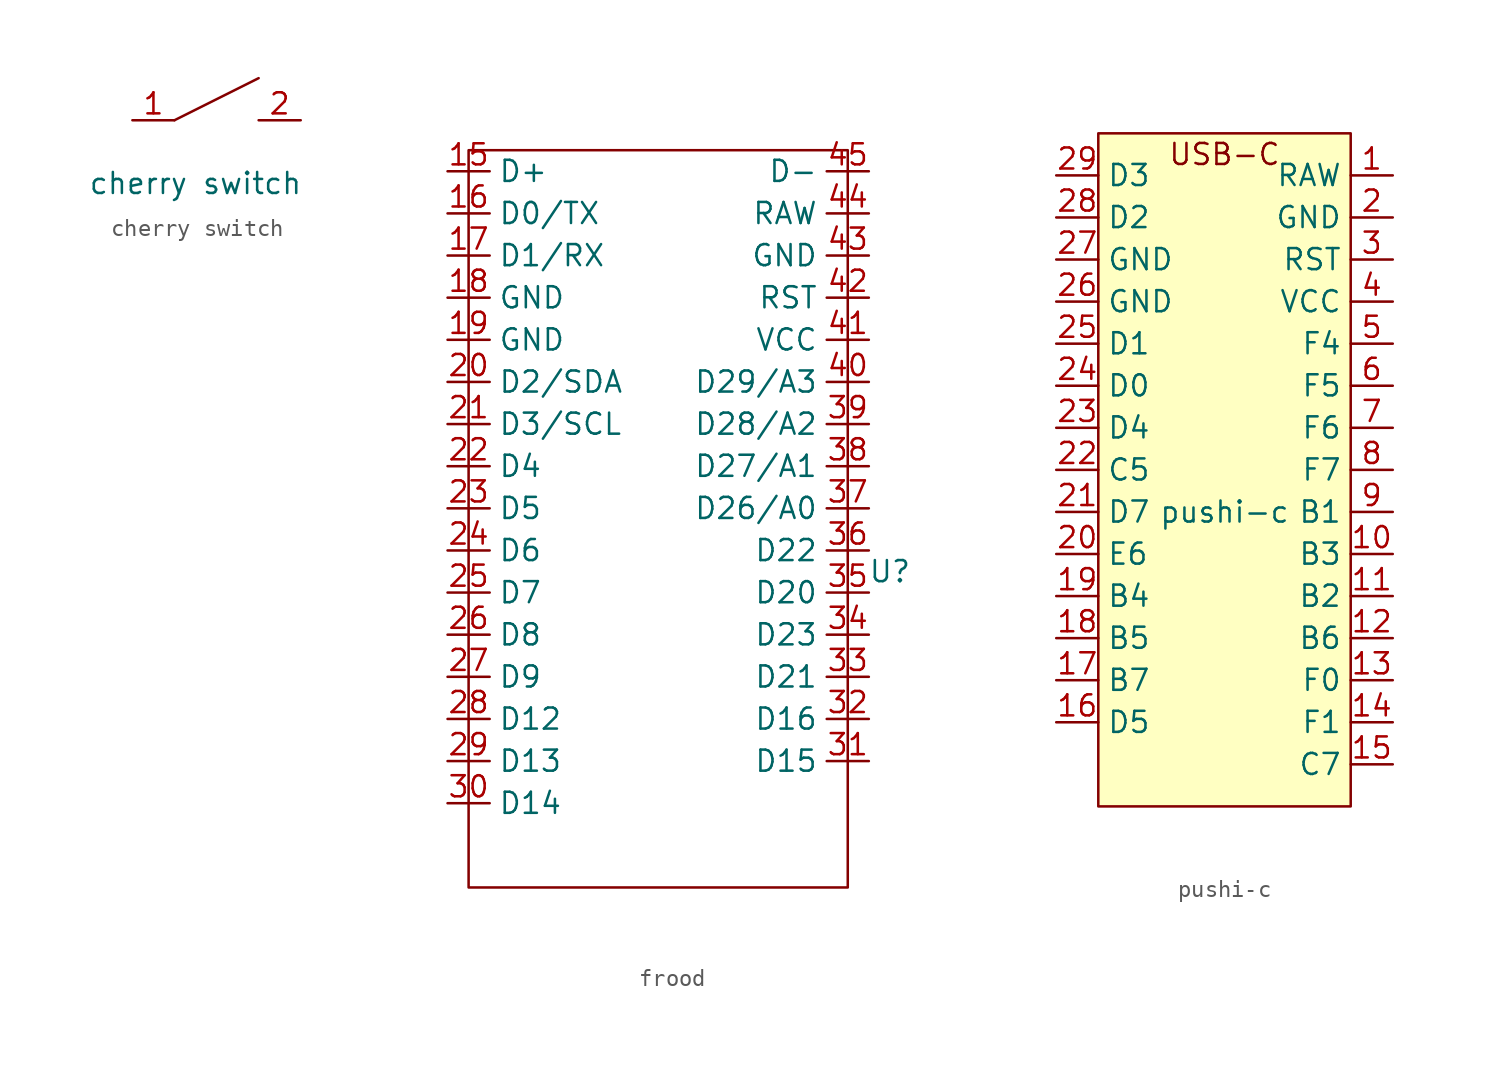
<source format=kicad_sym>
(kicad_symbol_lib
  (version 20220914)
  (generator kicad_symbol_editor)
  (symbol "cherry switch"
    (property "Reference" "switch"
      (at 0 0 0)
      (effects (font (size 1.27 1.27)) hide))
    (property "Value" "cherry switch"
      (at 0 0 0)
      (effects (font (size 1.27 1.27))))
    (symbol "cherry switch_0_1"
      (polyline (pts (xy -1.27 3.81) (xy 3.81 6.35)) (stroke (width 0) (type default)) (fill (type none))))
    (symbol "cherry switch_1_1"
      (pin input line (at -3.81 3.81 0) (length 2.54) (name "" (effects (font (size 1.27 1.27)))) (number "1" (effects (font (size 1.27 1.27)))))
      (pin output line (at 6.35 3.81 180) (length 2.54) (name "" (effects (font (size 1.27 1.27)))) (number "2" (effects (font (size 1.27 1.27)))))))
  (symbol "frood"
    (property "Reference" "U"
      (at 7.62 0 0)
      (effects (font (size 1.27 1.27))))
    (property "Value" ""
      (at 7.62 0 0)
      (effects (font (size 1.27 1.27))))
    (symbol "frood_0_1"
      (rectangle (start -17.78 25.4) (end 5.08 -19.05) (stroke (width 0) (type default)) (fill (type none))))
    (symbol "frood_1_1"
      (pin bidirectional line (at -19.05 24.13 0) (length 2.54) (name "D+" (effects (font (size 1.27 1.27)))) (number "15" (effects (font (size 1.27 1.27)))))
      (pin bidirectional line (at -19.05 21.59 0) (length 2.54) (name "D0/TX" (effects (font (size 1.27 1.27)))) (number "16" (effects (font (size 1.27 1.27)))))
      (pin bidirectional line (at -19.05 19.05 0) (length 2.54) (name "D1/RX" (effects (font (size 1.27 1.27)))) (number "17" (effects (font (size 1.27 1.27)))))
      (pin bidirectional line (at -19.05 16.51 0) (length 2.54) (name "GND" (effects (font (size 1.27 1.27)))) (number "18" (effects (font (size 1.27 1.27)))))
      (pin bidirectional line (at -19.05 13.97 0) (length 2.54) (name "GND" (effects (font (size 1.27 1.27)))) (number "19" (effects (font (size 1.27 1.27)))))
      (pin bidirectional line (at -19.05 11.43 0) (length 2.54) (name "D2/SDA" (effects (font (size 1.27 1.27)))) (number "20" (effects (font (size 1.27 1.27)))))
      (pin bidirectional line (at -19.05 8.89 0) (length 2.54) (name "D3/SCL" (effects (font (size 1.27 1.27)))) (number "21" (effects (font (size 1.27 1.27)))))
      (pin bidirectional line (at -19.05 6.35 0) (length 2.54) (name "D4" (effects (font (size 1.27 1.27)))) (number "22" (effects (font (size 1.27 1.27)))))
      (pin bidirectional line (at -19.05 3.81 0) (length 2.54) (name "D5" (effects (font (size 1.27 1.27)))) (number "23" (effects (font (size 1.27 1.27)))))
      (pin bidirectional line (at -19.05 1.27 0) (length 2.54) (name "D6" (effects (font (size 1.27 1.27)))) (number "24" (effects (font (size 1.27 1.27)))))
      (pin bidirectional line (at -19.05 -1.27 0) (length 2.54) (name "D7" (effects (font (size 1.27 1.27)))) (number "25" (effects (font (size 1.27 1.27)))))
      (pin bidirectional line (at -19.05 -3.81 0) (length 2.54) (name "D8" (effects (font (size 1.27 1.27)))) (number "26" (effects (font (size 1.27 1.27)))))
      (pin bidirectional line (at -19.05 -6.35 0) (length 2.54) (name "D9" (effects (font (size 1.27 1.27)))) (number "27" (effects (font (size 1.27 1.27)))))
      (pin bidirectional line (at -19.05 -8.89 0) (length 2.54) (name "D12" (effects (font (size 1.27 1.27)))) (number "28" (effects (font (size 1.27 1.27)))))
      (pin bidirectional line (at -19.05 -11.43 0) (length 2.54) (name "D13" (effects (font (size 1.27 1.27)))) (number "29" (effects (font (size 1.27 1.27)))))
      (pin bidirectional line (at -19.05 -13.97 0) (length 2.54) (name "D14" (effects (font (size 1.27 1.27)))) (number "30" (effects (font (size 1.27 1.27)))))
      (pin bidirectional line (at 6.35 -11.43 180) (length 2.54) (name "D15" (effects (font (size 1.27 1.27)))) (number "31" (effects (font (size 1.27 1.27)))))
      (pin bidirectional line (at 6.35 -8.89 180) (length 2.54) (name "D16" (effects (font (size 1.27 1.27)))) (number "32" (effects (font (size 1.27 1.27)))))
      (pin bidirectional line (at 6.35 -6.35 180) (length 2.54) (name "D21" (effects (font (size 1.27 1.27)))) (number "33" (effects (font (size 1.27 1.27)))))
      (pin bidirectional line (at 6.35 -3.81 180) (length 2.54) (name "D23" (effects (font (size 1.27 1.27)))) (number "34" (effects (font (size 1.27 1.27)))))
      (pin bidirectional line (at 6.35 -1.27 180) (length 2.54) (name "D20" (effects (font (size 1.27 1.27)))) (number "35" (effects (font (size 1.27 1.27)))))
      (pin bidirectional line (at 6.35 1.27 180) (length 2.54) (name "D22" (effects (font (size 1.27 1.27)))) (number "36" (effects (font (size 1.27 1.27)))))
      (pin bidirectional line (at 6.35 3.81 180) (length 2.54) (name "D26/A0" (effects (font (size 1.27 1.27)))) (number "37" (effects (font (size 1.27 1.27)))))
      (pin bidirectional line (at 6.35 6.35 180) (length 2.54) (name "D27/A1" (effects (font (size 1.27 1.27)))) (number "38" (effects (font (size 1.27 1.27)))))
      (pin bidirectional line (at 6.35 8.89 180) (length 2.54) (name "D28/A2" (effects (font (size 1.27 1.27)))) (number "39" (effects (font (size 1.27 1.27)))))
      (pin bidirectional line (at 6.35 11.43 180) (length 2.54) (name "D29/A3" (effects (font (size 1.27 1.27)))) (number "40" (effects (font (size 1.27 1.27)))))
      (pin bidirectional line (at 6.35 13.97 180) (length 2.54) (name "VCC" (effects (font (size 1.27 1.27)))) (number "41" (effects (font (size 1.27 1.27)))))
      (pin bidirectional line (at 6.35 16.51 180) (length 2.54) (name "RST" (effects (font (size 1.27 1.27)))) (number "42" (effects (font (size 1.27 1.27)))))
      (pin bidirectional line (at 6.35 19.05 180) (length 2.54) (name "GND" (effects (font (size 1.27 1.27)))) (number "43" (effects (font (size 1.27 1.27)))))
      (pin bidirectional line (at 6.35 21.59 180) (length 2.54) (name "RAW" (effects (font (size 1.27 1.27)))) (number "44" (effects (font (size 1.27 1.27)))))
      (pin bidirectional line (at 6.35 24.13 180) (length 2.54) (name "D-" (effects (font (size 1.27 1.27)))) (number "45" (effects (font (size 1.27 1.27)))))))
  (symbol "pushi-c"
    (property "Reference" "pushi"
      (at 0 0 0)
      (effects (font (size 1.27 1.27)) hide))
    (property "Value" "pushi-c"
      (at 0 0 0)
      (effects (font (size 1.27 1.27))))
    (symbol "pushi-c_0_0"
      (text "USB-C" (at 0 21.59 0) (effects (font (size 1.27 1.27)))))
    (symbol "pushi-c_0_1"
      (rectangle (start -7.62 22.86) (end 7.62 -17.78) (stroke (width 0) (type default)) (fill (type background))))
    (symbol "pushi-c_1_1"
      (pin output line (at 10.16 20.32 180) (length 2.54) (name "RAW" (effects (font (size 1.27 1.27)))) (number "1" (effects (font (size 1.27 1.27)))))
      (pin bidirectional line (at 10.16 -2.54 180) (length 2.54) (name "B3" (effects (font (size 1.27 1.27)))) (number "10" (effects (font (size 1.27 1.27)))))
      (pin bidirectional line (at 10.16 -5.08 180) (length 2.54) (name "B2" (effects (font (size 1.27 1.27)))) (number "11" (effects (font (size 1.27 1.27)))))
      (pin bidirectional line (at 10.16 -7.62 180) (length 2.54) (name "B6" (effects (font (size 1.27 1.27)))) (number "12" (effects (font (size 1.27 1.27)))))
      (pin bidirectional line (at 10.16 -10.16 180) (length 2.54) (name "F0" (effects (font (size 1.27 1.27)))) (number "13" (effects (font (size 1.27 1.27)))))
      (pin bidirectional line (at 10.16 -12.7 180) (length 2.54) (name "F1" (effects (font (size 1.27 1.27)))) (number "14" (effects (font (size 1.27 1.27)))))
      (pin bidirectional line (at 10.16 -15.24 180) (length 2.54) (name "C7" (effects (font (size 1.27 1.27)))) (number "15" (effects (font (size 1.27 1.27)))))
      (pin bidirectional line (at -10.16 -12.7 0) (length 2.54) (name "D5" (effects (font (size 1.27 1.27)))) (number "16" (effects (font (size 1.27 1.27)))))
      (pin bidirectional line (at -10.16 -10.16 0) (length 2.54) (name "B7" (effects (font (size 1.27 1.27)))) (number "17" (effects (font (size 1.27 1.27)))))
      (pin bidirectional line (at -10.16 -7.62 0) (length 2.54) (name "B5" (effects (font (size 1.27 1.27)))) (number "18" (effects (font (size 1.27 1.27)))))
      (pin bidirectional line (at -10.16 -5.08 0) (length 2.54) (name "B4" (effects (font (size 1.27 1.27)))) (number "19" (effects (font (size 1.27 1.27)))))
      (pin output line (at 10.16 17.78 180) (length 2.54) (name "GND" (effects (font (size 1.27 1.27)))) (number "2" (effects (font (size 1.27 1.27)))))
      (pin bidirectional line (at -10.16 -2.54 0) (length 2.54) (name "E6" (effects (font (size 1.27 1.27)))) (number "20" (effects (font (size 1.27 1.27)))))
      (pin bidirectional line (at -10.16 0 0) (length 2.54) (name "D7" (effects (font (size 1.27 1.27)))) (number "21" (effects (font (size 1.27 1.27)))))
      (pin bidirectional line (at -10.16 2.54 0) (length 2.54) (name "C5" (effects (font (size 1.27 1.27)))) (number "22" (effects (font (size 1.27 1.27)))))
      (pin bidirectional line (at -10.16 5.08 0) (length 2.54) (name "D4" (effects (font (size 1.27 1.27)))) (number "23" (effects (font (size 1.27 1.27)))))
      (pin bidirectional line (at -10.16 7.62 0) (length 2.54) (name "D0" (effects (font (size 1.27 1.27)))) (number "24" (effects (font (size 1.27 1.27)))))
      (pin bidirectional line (at -10.16 10.16 0) (length 2.54) (name "D1" (effects (font (size 1.27 1.27)))) (number "25" (effects (font (size 1.27 1.27)))))
      (pin bidirectional line (at -10.16 12.7 0) (length 2.54) (name "GND" (effects (font (size 1.27 1.27)))) (number "26" (effects (font (size 1.27 1.27)))))
      (pin bidirectional line (at -10.16 15.24 0) (length 2.54) (name "GND" (effects (font (size 1.27 1.27)))) (number "27" (effects (font (size 1.27 1.27)))))
      (pin bidirectional line (at -10.16 17.78 0) (length 2.54) (name "D2" (effects (font (size 1.27 1.27)))) (number "28" (effects (font (size 1.27 1.27)))))
      (pin bidirectional line (at -10.16 20.32 0) (length 2.54) (name "D3" (effects (font (size 1.27 1.27)))) (number "29" (effects (font (size 1.27 1.27)))))
      (pin input line (at 10.16 15.24 180) (length 2.54) (name "RST" (effects (font (size 1.27 1.27)))) (number "3" (effects (font (size 1.27 1.27)))))
      (pin output line (at 10.16 12.7 180) (length 2.54) (name "VCC" (effects (font (size 1.27 1.27)))) (number "4" (effects (font (size 1.27 1.27)))))
      (pin bidirectional line (at 10.16 10.16 180) (length 2.54) (name "F4" (effects (font (size 1.27 1.27)))) (number "5" (effects (font (size 1.27 1.27)))))
      (pin bidirectional line (at 10.16 7.62 180) (length 2.54) (name "F5" (effects (font (size 1.27 1.27)))) (number "6" (effects (font (size 1.27 1.27)))))
      (pin bidirectional line (at 10.16 5.08 180) (length 2.54) (name "F6" (effects (font (size 1.27 1.27)))) (number "7" (effects (font (size 1.27 1.27)))))
      (pin bidirectional line (at 10.16 2.54 180) (length 2.54) (name "F7" (effects (font (size 1.27 1.27)))) (number "8" (effects (font (size 1.27 1.27)))))
      (pin bidirectional line (at 10.16 0 180) (length 2.54) (name "B1" (effects (font (size 1.27 1.27)))) (number "9" (effects (font (size 1.27 1.27))))))))
</source>
